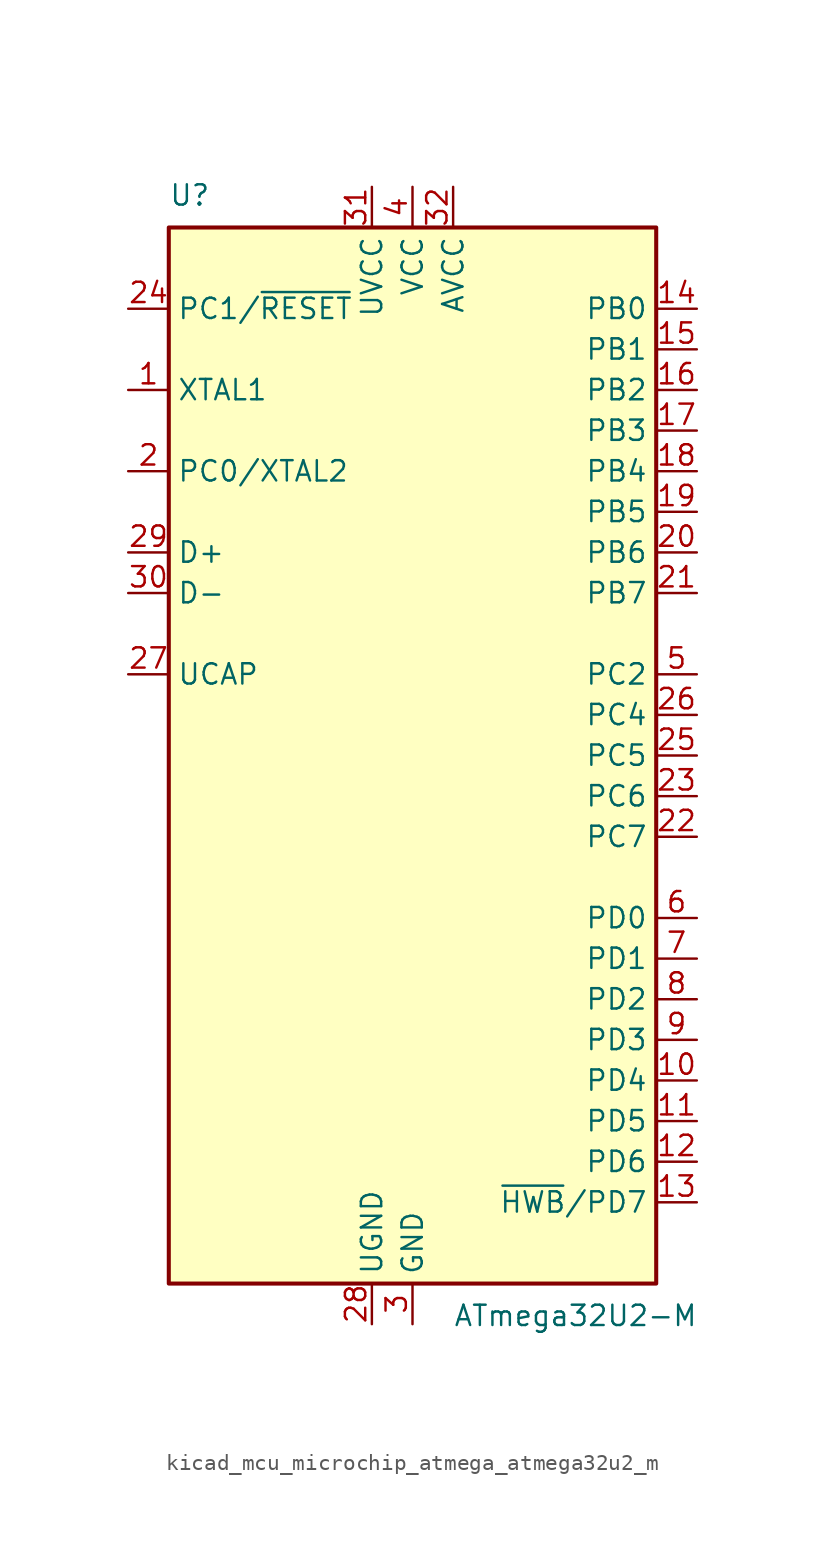
<source format=kicad_sym>
(kicad_symbol_lib
  (version 20220914)
  (generator kicad_symbol_editor)
  (symbol "kicad_mcu_microchip_atmega_atmega32u2_m"
    (property "Reference" "U"
      (at -15.24 34.29 0)
      (effects (font (size 1.27 1.27)) (justify left bottom)))
    (property "Value" "ATmega32U2-M"
      (at 2.54 -34.29 0)
      (effects (font (size 1.27 1.27)) (justify left top)))
    (symbol "kicad_mcu_microchip_atmega_atmega32u2_m_0_1"
      (rectangle (start -15.24 -33.02) (end 15.24 33.02) (stroke (width 0.254) (type default)) (fill (type background))))
    (symbol "kicad_mcu_microchip_atmega_atmega32u2_m_1_1"
      (pin input line (at -17.78 22.86 0) (length 2.54) (name "XTAL1" (effects (font (size 1.27 1.27)))) (number "1" (effects (font (size 1.27 1.27)))))
      (pin bidirectional line (at 17.78 -20.32 180) (length 2.54) (name "PD4" (effects (font (size 1.27 1.27)))) (number "10" (effects (font (size 1.27 1.27)))))
      (pin bidirectional line (at 17.78 -22.86 180) (length 2.54) (name "PD5" (effects (font (size 1.27 1.27)))) (number "11" (effects (font (size 1.27 1.27)))))
      (pin bidirectional line (at 17.78 -25.4 180) (length 2.54) (name "PD6" (effects (font (size 1.27 1.27)))) (number "12" (effects (font (size 1.27 1.27)))))
      (pin bidirectional line (at 17.78 -27.94 180) (length 2.54) (name "~{HWB}/PD7" (effects (font (size 1.27 1.27)))) (number "13" (effects (font (size 1.27 1.27)))))
      (pin bidirectional line (at 17.78 27.94 180) (length 2.54) (name "PB0" (effects (font (size 1.27 1.27)))) (number "14" (effects (font (size 1.27 1.27)))))
      (pin bidirectional line (at 17.78 25.4 180) (length 2.54) (name "PB1" (effects (font (size 1.27 1.27)))) (number "15" (effects (font (size 1.27 1.27)))))
      (pin bidirectional line (at 17.78 22.86 180) (length 2.54) (name "PB2" (effects (font (size 1.27 1.27)))) (number "16" (effects (font (size 1.27 1.27)))))
      (pin bidirectional line (at 17.78 20.32 180) (length 2.54) (name "PB3" (effects (font (size 1.27 1.27)))) (number "17" (effects (font (size 1.27 1.27)))))
      (pin bidirectional line (at 17.78 17.78 180) (length 2.54) (name "PB4" (effects (font (size 1.27 1.27)))) (number "18" (effects (font (size 1.27 1.27)))))
      (pin bidirectional line (at 17.78 15.24 180) (length 2.54) (name "PB5" (effects (font (size 1.27 1.27)))) (number "19" (effects (font (size 1.27 1.27)))))
      (pin bidirectional line (at -17.78 17.78 0) (length 2.54) (name "PC0/XTAL2" (effects (font (size 1.27 1.27)))) (number "2" (effects (font (size 1.27 1.27)))))
      (pin bidirectional line (at 17.78 12.7 180) (length 2.54) (name "PB6" (effects (font (size 1.27 1.27)))) (number "20" (effects (font (size 1.27 1.27)))))
      (pin bidirectional line (at 17.78 10.16 180) (length 2.54) (name "PB7" (effects (font (size 1.27 1.27)))) (number "21" (effects (font (size 1.27 1.27)))))
      (pin bidirectional line (at 17.78 -5.08 180) (length 2.54) (name "PC7" (effects (font (size 1.27 1.27)))) (number "22" (effects (font (size 1.27 1.27)))))
      (pin bidirectional line (at 17.78 -2.54 180) (length 2.54) (name "PC6" (effects (font (size 1.27 1.27)))) (number "23" (effects (font (size 1.27 1.27)))))
      (pin bidirectional line (at -17.78 27.94 0) (length 2.54) (name "PC1/~{RESET}" (effects (font (size 1.27 1.27)))) (number "24" (effects (font (size 1.27 1.27)))))
      (pin bidirectional line (at 17.78 0 180) (length 2.54) (name "PC5" (effects (font (size 1.27 1.27)))) (number "25" (effects (font (size 1.27 1.27)))))
      (pin bidirectional line (at 17.78 2.54 180) (length 2.54) (name "PC4" (effects (font (size 1.27 1.27)))) (number "26" (effects (font (size 1.27 1.27)))))
      (pin passive line (at -17.78 5.08 0) (length 2.54) (name "UCAP" (effects (font (size 1.27 1.27)))) (number "27" (effects (font (size 1.27 1.27)))))
      (pin power_in line (at -2.54 -35.56 90) (length 2.54) (name "UGND" (effects (font (size 1.27 1.27)))) (number "28" (effects (font (size 1.27 1.27)))))
      (pin bidirectional line (at -17.78 12.7 0) (length 2.54) (name "D+" (effects (font (size 1.27 1.27)))) (number "29" (effects (font (size 1.27 1.27)))))
      (pin power_in line (at 0 -35.56 90) (length 2.54) (name "GND" (effects (font (size 1.27 1.27)))) (number "3" (effects (font (size 1.27 1.27)))))
      (pin bidirectional line (at -17.78 10.16 0) (length 2.54) (name "D-" (effects (font (size 1.27 1.27)))) (number "30" (effects (font (size 1.27 1.27)))))
      (pin power_in line (at -2.54 35.56 270) (length 2.54) (name "UVCC" (effects (font (size 1.27 1.27)))) (number "31" (effects (font (size 1.27 1.27)))))
      (pin power_in line (at 2.54 35.56 270) (length 2.54) (name "AVCC" (effects (font (size 1.27 1.27)))) (number "32" (effects (font (size 1.27 1.27)))))
      (pin passive line (at 0 -35.56 90) (length 2.54) hide (name "GND" (effects (font (size 1.27 1.27)))) (number "33" (effects (font (size 1.27 1.27)))))
      (pin power_in line (at 0 35.56 270) (length 2.54) (name "VCC" (effects (font (size 1.27 1.27)))) (number "4" (effects (font (size 1.27 1.27)))))
      (pin bidirectional line (at 17.78 5.08 180) (length 2.54) (name "PC2" (effects (font (size 1.27 1.27)))) (number "5" (effects (font (size 1.27 1.27)))))
      (pin bidirectional line (at 17.78 -10.16 180) (length 2.54) (name "PD0" (effects (font (size 1.27 1.27)))) (number "6" (effects (font (size 1.27 1.27)))))
      (pin bidirectional line (at 17.78 -12.7 180) (length 2.54) (name "PD1" (effects (font (size 1.27 1.27)))) (number "7" (effects (font (size 1.27 1.27)))))
      (pin bidirectional line (at 17.78 -15.24 180) (length 2.54) (name "PD2" (effects (font (size 1.27 1.27)))) (number "8" (effects (font (size 1.27 1.27)))))
      (pin bidirectional line (at 17.78 -17.78 180) (length 2.54) (name "PD3" (effects (font (size 1.27 1.27)))) (number "9" (effects (font (size 1.27 1.27))))))))
</source>
